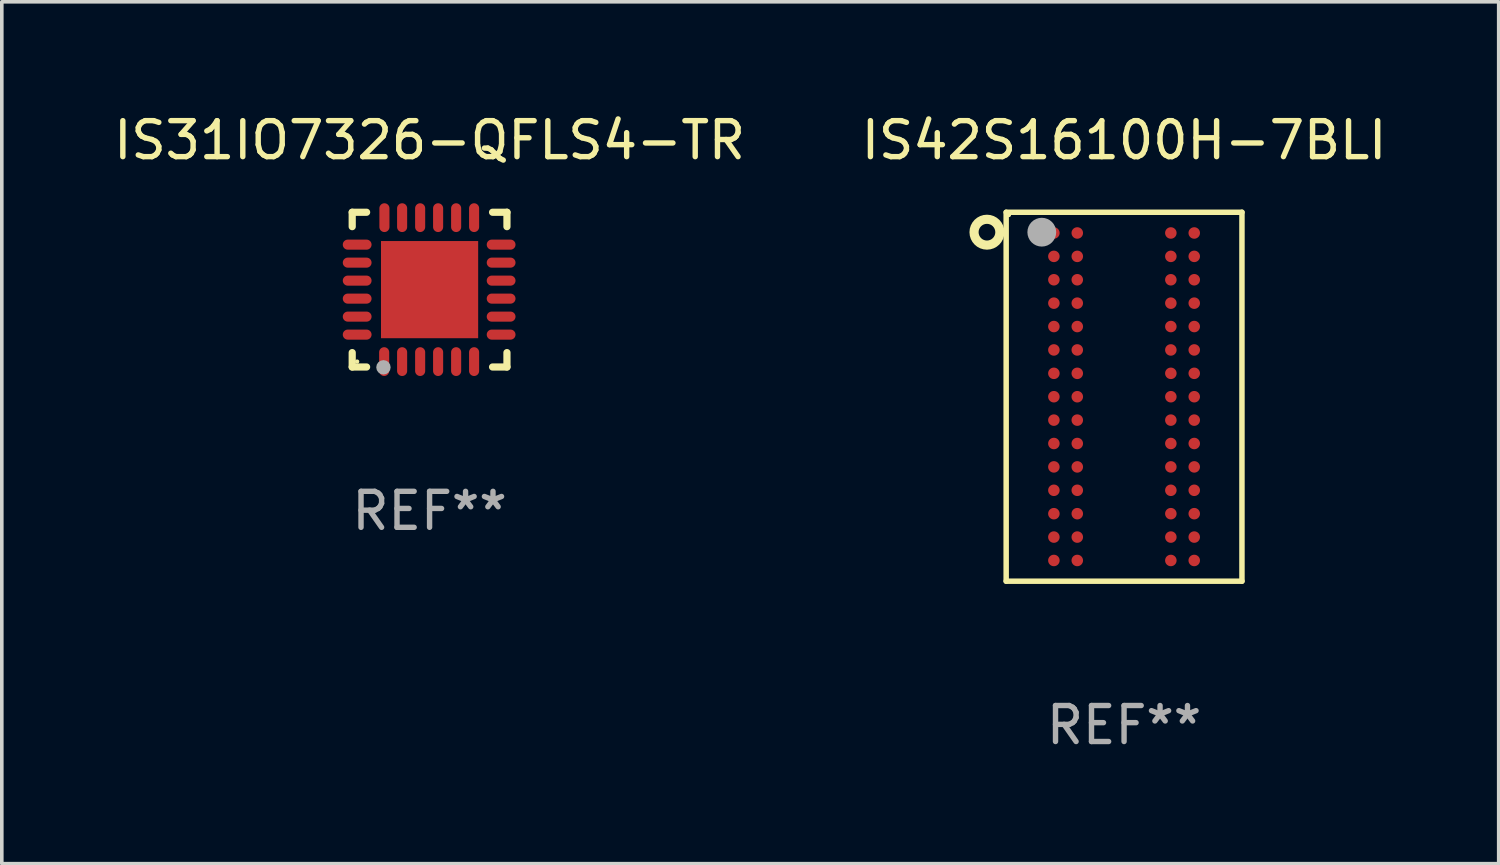
<source format=kicad_pcb>
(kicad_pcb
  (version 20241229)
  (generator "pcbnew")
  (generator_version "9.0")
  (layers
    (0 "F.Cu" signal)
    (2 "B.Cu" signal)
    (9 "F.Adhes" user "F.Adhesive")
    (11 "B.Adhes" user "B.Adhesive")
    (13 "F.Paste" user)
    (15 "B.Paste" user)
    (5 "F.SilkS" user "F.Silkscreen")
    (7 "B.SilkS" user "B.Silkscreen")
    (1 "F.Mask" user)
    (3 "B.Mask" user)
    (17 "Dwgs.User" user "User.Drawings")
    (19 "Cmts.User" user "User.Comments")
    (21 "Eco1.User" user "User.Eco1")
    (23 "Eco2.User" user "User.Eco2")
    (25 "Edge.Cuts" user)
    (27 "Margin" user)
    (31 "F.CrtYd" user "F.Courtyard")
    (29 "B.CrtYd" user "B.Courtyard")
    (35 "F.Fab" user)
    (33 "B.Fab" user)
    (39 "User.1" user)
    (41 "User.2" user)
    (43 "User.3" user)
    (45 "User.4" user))
  (footprint "IS42S16100H-7BLI"
    (layer "F.Cu")
    (at 28.185 7.974)
    (property "Reference" "IS42S16100H-7BLI" (at 0 -7.126 0) (layer "F.SilkS") (effects (font (size 1 1) (thickness 0.15))))
    (attr through_hole)
    (fp_line (start -3.276 -5.126) (end 3.276 -5.126) (stroke (width 0.152) (type solid)) (layer "F.SilkS"))
    (fp_line (start -3.276 5.126) (end -3.276 -5.126) (stroke (width 0.152) (type solid)) (layer "F.SilkS"))
    (fp_line (start 3.276 -5.126) (end 3.276 5.126) (stroke (width 0.152) (type solid)) (layer "F.SilkS"))
    (fp_line (start 3.276 5.126) (end -3.276 5.126) (stroke (width 0.152) (type solid)) (layer "F.SilkS"))
    (fp_circle (center -3.81 -4.572) (end -3.451 -4.572) (stroke (width 0.254) (type solid)) (fill no) (layer "F.SilkS"))
    (fp_circle (center -3.2 -5.05) (end -3.17 -5.05) (stroke (width 0.06) (type solid)) (fill no) (layer "F.SilkS"))
    (fp_circle (center -2.286 -4.572) (end -2.086 -4.572) (stroke (width 0.4) (type solid)) (fill no) (layer "F.Fab"))
    (fp_text user "REF**" (at 0 9.126 0) (layer "F.Fab") (effects (font (size 1 1) (thickness 0.15))))
    (pad "A1" smd circle (at -1.95 -4.55) (size 0.32 0.32) (layers "F.Cu" "F.Mask" "F.Paste"))
    (pad "A2" smd circle (at -1.3 -4.55) (size 0.32 0.32) (layers "F.Cu" "F.Mask" "F.Paste"))
    (pad "A6" smd circle (at 1.3 -4.55) (size 0.32 0.32) (layers "F.Cu" "F.Mask" "F.Paste"))
    (pad "A7" smd circle (at 1.95 -4.55) (size 0.32 0.32) (layers "F.Cu" "F.Mask" "F.Paste"))
    (pad "B1" smd circle (at -1.95 -3.9) (size 0.32 0.32) (layers "F.Cu" "F.Mask" "F.Paste"))
    (pad "B2" smd circle (at -1.3 -3.9) (size 0.32 0.32) (layers "F.Cu" "F.Mask" "F.Paste"))
    (pad "B6" smd circle (at 1.3 -3.9) (size 0.32 0.32) (layers "F.Cu" "F.Mask" "F.Paste"))
    (pad "B7" smd circle (at 1.95 -3.9) (size 0.32 0.32) (layers "F.Cu" "F.Mask" "F.Paste"))
    (pad "C1" smd circle (at -1.95 -3.25) (size 0.32 0.32) (layers "F.Cu" "F.Mask" "F.Paste"))
    (pad "C2" smd circle (at -1.3 -3.25) (size 0.32 0.32) (layers "F.Cu" "F.Mask" "F.Paste"))
    (pad "C6" smd circle (at 1.3 -3.25) (size 0.32 0.32) (layers "F.Cu" "F.Mask" "F.Paste"))
    (pad "C7" smd circle (at 1.95 -3.25) (size 0.32 0.32) (layers "F.Cu" "F.Mask" "F.Paste"))
    (pad "D1" smd circle (at -1.95 -2.6) (size 0.32 0.32) (layers "F.Cu" "F.Mask" "F.Paste"))
    (pad "D2" smd circle (at -1.3 -2.6) (size 0.32 0.32) (layers "F.Cu" "F.Mask" "F.Paste"))
    (pad "D6" smd circle (at 1.3 -2.6) (size 0.32 0.32) (layers "F.Cu" "F.Mask" "F.Paste"))
    (pad "D7" smd circle (at 1.95 -2.6) (size 0.32 0.32) (layers "F.Cu" "F.Mask" "F.Paste"))
    (pad "E1" smd circle (at -1.95 -1.95) (size 0.32 0.32) (layers "F.Cu" "F.Mask" "F.Paste"))
    (pad "E2" smd circle (at -1.3 -1.95) (size 0.32 0.32) (layers "F.Cu" "F.Mask" "F.Paste"))
    (pad "E6" smd circle (at 1.3 -1.95) (size 0.32 0.32) (layers "F.Cu" "F.Mask" "F.Paste"))
    (pad "E7" smd circle (at 1.95 -1.95) (size 0.32 0.32) (layers "F.Cu" "F.Mask" "F.Paste"))
    (pad "F1" smd circle (at -1.95 -1.3) (size 0.32 0.32) (layers "F.Cu" "F.Mask" "F.Paste"))
    (pad "F2" smd circle (at -1.3 -1.3) (size 0.32 0.32) (layers "F.Cu" "F.Mask" "F.Paste"))
    (pad "F6" smd circle (at 1.3 -1.3) (size 0.32 0.32) (layers "F.Cu" "F.Mask" "F.Paste"))
    (pad "F7" smd circle (at 1.95 -1.3) (size 0.32 0.32) (layers "F.Cu" "F.Mask" "F.Paste"))
    (pad "G1" smd circle (at -1.95 -0.65) (size 0.32 0.32) (layers "F.Cu" "F.Mask" "F.Paste"))
    (pad "G2" smd circle (at -1.3 -0.65) (size 0.32 0.32) (layers "F.Cu" "F.Mask" "F.Paste"))
    (pad "G6" smd circle (at 1.3 -0.65) (size 0.32 0.32) (layers "F.Cu" "F.Mask" "F.Paste"))
    (pad "G7" smd circle (at 1.95 -0.65) (size 0.32 0.32) (layers "F.Cu" "F.Mask" "F.Paste"))
    (pad "H1" smd circle (at -1.95 -0.000038) (size 0.32 0.32) (layers "F.Cu" "F.Mask" "F.Paste"))
    (pad "H2" smd circle (at -1.3 -0.000038) (size 0.32 0.32) (layers "F.Cu" "F.Mask" "F.Paste"))
    (pad "H6" smd circle (at 1.3 -0.000038) (size 0.32 0.32) (layers "F.Cu" "F.Mask" "F.Paste"))
    (pad "H7" smd circle (at 1.95 -0.000038) (size 0.32 0.32) (layers "F.Cu" "F.Mask" "F.Paste"))
    (pad "J1" smd circle (at -1.95 0.65) (size 0.32 0.32) (layers "F.Cu" "F.Mask" "F.Paste"))
    (pad "J2" smd circle (at -1.3 0.65) (size 0.32 0.32) (layers "F.Cu" "F.Mask" "F.Paste"))
    (pad "J6" smd circle (at 1.3 0.65) (size 0.32 0.32) (layers "F.Cu" "F.Mask" "F.Paste"))
    (pad "J7" smd circle (at 1.95 0.65) (size 0.32 0.32) (layers "F.Cu" "F.Mask" "F.Paste"))
    (pad "K1" smd circle (at -1.95 1.3) (size 0.32 0.32) (layers "F.Cu" "F.Mask" "F.Paste"))
    (pad "K2" smd circle (at -1.3 1.3) (size 0.32 0.32) (layers "F.Cu" "F.Mask" "F.Paste"))
    (pad "K6" smd circle (at 1.3 1.3) (size 0.32 0.32) (layers "F.Cu" "F.Mask" "F.Paste"))
    (pad "K7" smd circle (at 1.95 1.3) (size 0.32 0.32) (layers "F.Cu" "F.Mask" "F.Paste"))
    (pad "L1" smd circle (at -1.95 1.95) (size 0.32 0.32) (layers "F.Cu" "F.Mask" "F.Paste"))
    (pad "L2" smd circle (at -1.3 1.95) (size 0.32 0.32) (layers "F.Cu" "F.Mask" "F.Paste"))
    (pad "L6" smd circle (at 1.3 1.95) (size 0.32 0.32) (layers "F.Cu" "F.Mask" "F.Paste"))
    (pad "L7" smd circle (at 1.95 1.95) (size 0.32 0.32) (layers "F.Cu" "F.Mask" "F.Paste"))
    (pad "M1" smd circle (at -1.95 2.6) (size 0.32 0.32) (layers "F.Cu" "F.Mask" "F.Paste"))
    (pad "M2" smd circle (at -1.3 2.6) (size 0.32 0.32) (layers "F.Cu" "F.Mask" "F.Paste"))
    (pad "M6" smd circle (at 1.3 2.6) (size 0.32 0.32) (layers "F.Cu" "F.Mask" "F.Paste"))
    (pad "M7" smd circle (at 1.95 2.6) (size 0.32 0.32) (layers "F.Cu" "F.Mask" "F.Paste"))
    (pad "N1" smd circle (at -1.95 3.25) (size 0.32 0.32) (layers "F.Cu" "F.Mask" "F.Paste"))
    (pad "N2" smd circle (at -1.3 3.25) (size 0.32 0.32) (layers "F.Cu" "F.Mask" "F.Paste"))
    (pad "N6" smd circle (at 1.3 3.25) (size 0.32 0.32) (layers "F.Cu" "F.Mask" "F.Paste"))
    (pad "N7" smd circle (at 1.95 3.25) (size 0.32 0.32) (layers "F.Cu" "F.Mask" "F.Paste"))
    (pad "P1" smd circle (at -1.95 3.9) (size 0.32 0.32) (layers "F.Cu" "F.Mask" "F.Paste"))
    (pad "P2" smd circle (at -1.3 3.9) (size 0.32 0.32) (layers "F.Cu" "F.Mask" "F.Paste"))
    (pad "P6" smd circle (at 1.3 3.9) (size 0.32 0.32) (layers "F.Cu" "F.Mask" "F.Paste"))
    (pad "P7" smd circle (at 1.95 3.9) (size 0.32 0.32) (layers "F.Cu" "F.Mask" "F.Paste"))
    (pad "R1" smd circle (at -1.95 4.55) (size 0.32 0.32) (layers "F.Cu" "F.Mask" "F.Paste"))
    (pad "R2" smd circle (at -1.3 4.55) (size 0.32 0.32) (layers "F.Cu" "F.Mask" "F.Paste"))
    (pad "R6" smd circle (at 1.3 4.55) (size 0.32 0.32) (layers "F.Cu" "F.Mask" "F.Paste"))
    (pad "R7" smd circle (at 1.95 4.55) (size 0.32 0.32) (layers "F.Cu" "F.Mask" "F.Paste")))
  (footprint "IS31IO7326-QFLS4-TR"
    (layer "F.Cu")
    (at 8.887 4.998)
    (property "Reference" "IS31IO7326-QFLS4-TR" (at 0 -4.15 0) (layer "F.SilkS") (effects (font (size 1 1) (thickness 0.15))))
    (attr through_hole)
    (fp_line (start -2.15 -2.15) (end -1.75 -2.15) (stroke (width 0.2) (type solid)) (layer "F.SilkS"))
    (fp_line (start -2.15 -1.75) (end -2.15 -2.15) (stroke (width 0.2) (type solid)) (layer "F.SilkS"))
    (fp_line (start -2.15 2.15) (end -2.15 1.75) (stroke (width 0.2) (type solid)) (layer "F.SilkS"))
    (fp_line (start -1.75 2.15) (end -2.15 2.15) (stroke (width 0.2) (type solid)) (layer "F.SilkS"))
    (fp_line (start 2.15 -2.15) (end 1.75 -2.15) (stroke (width 0.2) (type solid)) (layer "F.SilkS"))
    (fp_line (start 2.15 -1.75) (end 2.15 -2.15) (stroke (width 0.2) (type solid)) (layer "F.SilkS"))
    (fp_line (start 2.15 1.75) (end 2.15 2.15) (stroke (width 0.2) (type solid)) (layer "F.SilkS"))
    (fp_line (start 2.15 2.15) (end 1.75 2.15) (stroke (width 0.2) (type solid)) (layer "F.SilkS"))
    (fp_circle (center -2.013 2) (end -1.983 2) (stroke (width 0.06) (type solid)) (fill no) (layer "F.SilkS"))
    (fp_circle (center -1.282 2.159) (end -1.182 2.159) (stroke (width 0.2) (type solid)) (fill no) (layer "F.Fab"))
    (fp_text user "REF**" (at 0 6.15 0) (layer "F.Fab") (effects (font (size 1 1) (thickness 0.15))))
    (pad "1" smd oval (at -1.262 2) (size 0.28 0.8) (layers "F.Cu" "F.Mask" "F.Paste"))
    (pad "2" smd oval (at -0.763 2) (size 0.28 0.8) (layers "F.Cu" "F.Mask" "F.Paste"))
    (pad "3" smd oval (at -0.262 2) (size 0.28 0.8) (layers "F.Cu" "F.Mask" "F.Paste"))
    (pad "4" smd oval (at 0.237 2) (size 0.28 0.8) (layers "F.Cu" "F.Mask" "F.Paste"))
    (pad "5" smd oval (at 0.738 2) (size 0.28 0.8) (layers "F.Cu" "F.Mask" "F.Paste"))
    (pad "6" smd oval (at 1.237 2) (size 0.28 0.8) (layers "F.Cu" "F.Mask" "F.Paste"))
    (pad "7" smd oval (at 1.988 1.25) (size 0.8 0.28) (layers "F.Cu" "F.Mask" "F.Paste"))
    (pad "8" smd oval (at 1.988 0.75) (size 0.8 0.28) (layers "F.Cu" "F.Mask" "F.Paste"))
    (pad "9" smd oval (at 1.988 0.25) (size 0.8 0.28) (layers "F.Cu" "F.Mask" "F.Paste"))
    (pad "10" smd oval (at 1.988 -0.25) (size 0.8 0.28) (layers "F.Cu" "F.Mask" "F.Paste"))
    (pad "11" smd oval (at 1.988 -0.75) (size 0.8 0.28) (layers "F.Cu" "F.Mask" "F.Paste"))
    (pad "12" smd oval (at 1.988 -1.25) (size 0.8 0.28) (layers "F.Cu" "F.Mask" "F.Paste"))
    (pad "13" smd oval (at 1.237 -2) (size 0.28 0.8) (layers "F.Cu" "F.Mask" "F.Paste"))
    (pad "14" smd oval (at 0.738 -2) (size 0.28 0.8) (layers "F.Cu" "F.Mask" "F.Paste"))
    (pad "15" smd oval (at 0.237 -2) (size 0.28 0.8) (layers "F.Cu" "F.Mask" "F.Paste"))
    (pad "16" smd oval (at -0.262 -2) (size 0.28 0.8) (layers "F.Cu" "F.Mask" "F.Paste"))
    (pad "17" smd oval (at -0.763 -2) (size 0.28 0.8) (layers "F.Cu" "F.Mask" "F.Paste"))
    (pad "18" smd oval (at -1.255 -2) (size 0.28 0.8) (layers "F.Cu" "F.Mask" "F.Paste"))
    (pad "19" smd oval (at -2.012 -1.25) (size 0.8 0.28) (layers "F.Cu" "F.Mask" "F.Paste"))
    (pad "20" smd oval (at -2.012 -0.75) (size 0.8 0.28) (layers "F.Cu" "F.Mask" "F.Paste"))
    (pad "21" smd oval (at -2.012 -0.25) (size 0.8 0.28) (layers "F.Cu" "F.Mask" "F.Paste"))
    (pad "22" smd oval (at -2.012 0.25) (size 0.8 0.28) (layers "F.Cu" "F.Mask" "F.Paste"))
    (pad "23" smd oval (at -2.012 0.75) (size 0.8 0.28) (layers "F.Cu" "F.Mask" "F.Paste"))
    (pad "24" smd oval (at -2.012 1.25) (size 0.8 0.28) (layers "F.Cu" "F.Mask" "F.Paste"))
    (pad "25" smd rect (at -0.000013 -0.000025) (size 2.7 2.7) (layers "F.Cu" "F.Mask" "F.Paste")))
  (gr_rect
    (start -3 -3)
    (end 38.595 20.949)
    (stroke (width 0.1) (type default))
    (fill no)
    (layer "Edge.Cuts")))
</source>
